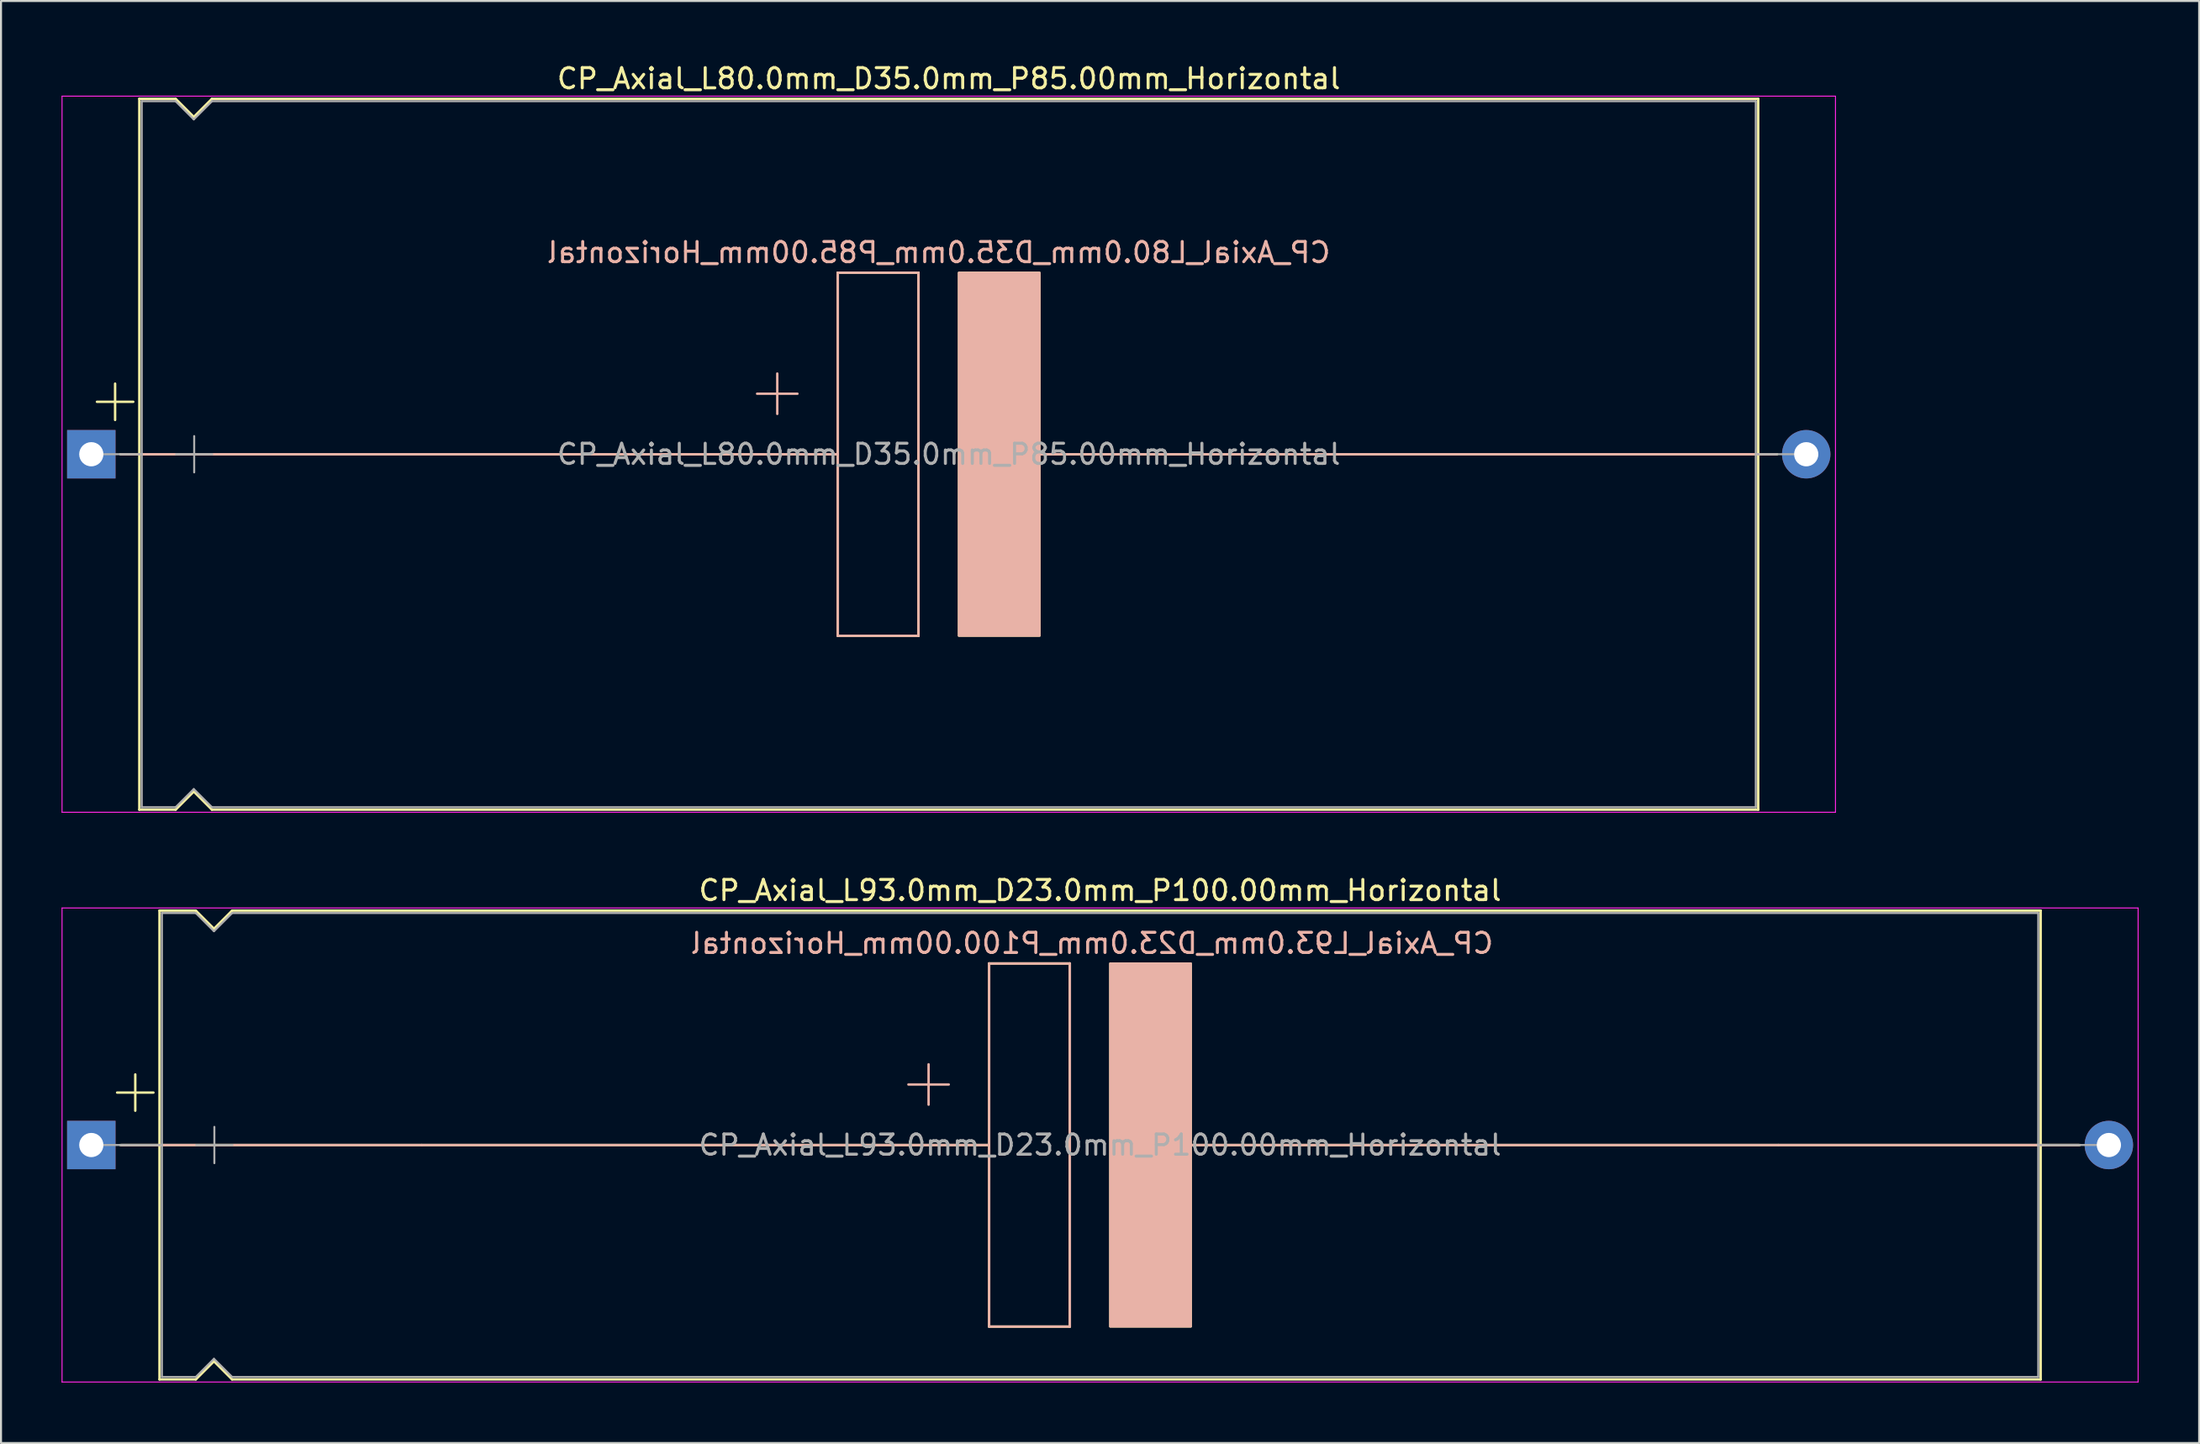
<source format=kicad_pcb>
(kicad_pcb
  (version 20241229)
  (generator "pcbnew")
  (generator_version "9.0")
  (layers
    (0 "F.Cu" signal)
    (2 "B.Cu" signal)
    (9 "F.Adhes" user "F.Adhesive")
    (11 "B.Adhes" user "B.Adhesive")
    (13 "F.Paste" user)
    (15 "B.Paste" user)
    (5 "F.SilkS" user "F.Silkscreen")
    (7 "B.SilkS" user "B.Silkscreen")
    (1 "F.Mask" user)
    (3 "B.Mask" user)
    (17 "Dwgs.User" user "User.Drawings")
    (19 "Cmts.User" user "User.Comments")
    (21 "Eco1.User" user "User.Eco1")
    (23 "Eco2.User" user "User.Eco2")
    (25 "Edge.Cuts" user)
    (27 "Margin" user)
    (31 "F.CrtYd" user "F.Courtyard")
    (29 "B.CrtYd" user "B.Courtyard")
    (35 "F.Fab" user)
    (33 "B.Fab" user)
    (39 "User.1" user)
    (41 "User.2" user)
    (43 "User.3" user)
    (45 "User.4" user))
  (footprint "CP_Axial_L80.0mm_D35.0mm_P85.00mm_Horizontal"
    (layer "F.Cu")
    (at 1.475 19.468)
    (property "Reference" "CP_Axial_L80.0mm_D35.0mm_P85.00mm_Horizontal" (at 42.5 -18.62 0) (layer "F.SilkS") (effects (font (size 1 1) (thickness 0.15))))
    (fp_line (start 0.28 -2.6) (end 2.08 -2.6) (stroke (width 0.12) (type solid)) (layer "F.SilkS"))
    (fp_line (start 1.18 -3.5) (end 1.18 -1.7) (stroke (width 0.12) (type solid)) (layer "F.SilkS"))
    (fp_line (start 1.44 0) (end 2.38 0) (stroke (width 0.12) (type solid)) (layer "F.SilkS"))
    (fp_line (start 2.38 -17.62) (end 2.38 17.62) (stroke (width 0.12) (type solid)) (layer "F.SilkS"))
    (fp_line (start 2.38 -17.62) (end 4.18 -17.62) (stroke (width 0.12) (type solid)) (layer "F.SilkS"))
    (fp_line (start 2.38 0) (end 37 0) (stroke (width 0.12) (type solid)) (layer "F.SilkS"))
    (fp_line (start 2.38 17.62) (end 4.18 17.62) (stroke (width 0.12) (type solid)) (layer "F.SilkS"))
    (fp_line (start 4.18 -17.62) (end 5.08 -16.72) (stroke (width 0.12) (type solid)) (layer "F.SilkS"))
    (fp_line (start 4.18 17.62) (end 5.08 16.72) (stroke (width 0.12) (type solid)) (layer "F.SilkS"))
    (fp_line (start 5.08 -16.72) (end 5.98 -17.62) (stroke (width 0.12) (type solid)) (layer "F.SilkS"))
    (fp_line (start 5.08 16.72) (end 5.98 17.62) (stroke (width 0.12) (type solid)) (layer "F.SilkS"))
    (fp_line (start 5.98 -17.62) (end 82.62 -17.62) (stroke (width 0.12) (type solid)) (layer "F.SilkS"))
    (fp_line (start 5.98 17.62) (end 82.62 17.62) (stroke (width 0.12) (type solid)) (layer "F.SilkS"))
    (fp_line (start 37 -9) (end 41 -9) (stroke (width 0.12) (type solid)) (layer "F.SilkS"))
    (fp_line (start 37 9) (end 37 -9) (stroke (width 0.12) (type solid)) (layer "F.SilkS"))
    (fp_line (start 41 -9) (end 41 9) (stroke (width 0.12) (type solid)) (layer "F.SilkS"))
    (fp_line (start 41 9) (end 37 9) (stroke (width 0.12) (type solid)) (layer "F.SilkS"))
    (fp_line (start 47 0) (end 82.62 0) (stroke (width 0.12) (type solid)) (layer "F.SilkS"))
    (fp_line (start 82.62 -17.62) (end 82.62 17.62) (stroke (width 0.12) (type solid)) (layer "F.SilkS"))
    (fp_line (start 83.56 0) (end 82.62 0) (stroke (width 0.12) (type solid)) (layer "F.SilkS"))
    (fp_poly (pts (xy 47 9) (xy 43 9) (xy 43 -9) (xy 47 -9)) (stroke (width 0.1) (type solid)) (fill yes) (layer "F.SilkS"))
    (fp_line (start 1.5 0) (end 8.88 0) (stroke (width 0.12) (type solid)) (layer "B.SilkS"))
    (fp_line (start 8.88 0) (end 37 0) (stroke (width 0.12) (type solid)) (layer "B.SilkS"))
    (fp_line (start 34 -2) (end 34 -4) (stroke (width 0.12) (type solid)) (layer "B.SilkS"))
    (fp_line (start 35 -3) (end 33 -3) (stroke (width 0.12) (type solid)) (layer "B.SilkS"))
    (fp_line (start 37 -9) (end 41 -9) (stroke (width 0.12) (type solid)) (layer "B.SilkS"))
    (fp_line (start 37 9) (end 37 -9) (stroke (width 0.12) (type solid)) (layer "B.SilkS"))
    (fp_line (start 41 -9) (end 41 9) (stroke (width 0.12) (type solid)) (layer "B.SilkS"))
    (fp_line (start 41 9) (end 37 9) (stroke (width 0.12) (type solid)) (layer "B.SilkS"))
    (fp_line (start 47 0) (end 76.12 0) (stroke (width 0.12) (type solid)) (layer "B.SilkS"))
    (fp_line (start 83.5 0) (end 76.12 0) (stroke (width 0.12) (type solid)) (layer "B.SilkS"))
    (fp_poly (pts (xy 47 9) (xy 43 9) (xy 43 -9) (xy 47 -9)) (stroke (width 0.1) (type solid)) (fill yes) (layer "B.SilkS"))
    (fp_line (start -1.45 -17.75) (end -1.45 17.75) (stroke (width 0.05) (type solid)) (layer "F.CrtYd"))
    (fp_line (start -1.45 17.75) (end 86.45 17.75) (stroke (width 0.05) (type solid)) (layer "F.CrtYd"))
    (fp_line (start 86.45 -17.75) (end -1.45 -17.75) (stroke (width 0.05) (type solid)) (layer "F.CrtYd"))
    (fp_line (start 86.45 17.75) (end 86.45 -17.75) (stroke (width 0.05) (type solid)) (layer "F.CrtYd"))
    (fp_line (start 0 0) (end 2.5 0) (stroke (width 0.1) (type solid)) (layer "F.Fab"))
    (fp_line (start 2.5 -17.5) (end 2.5 17.5) (stroke (width 0.1) (type solid)) (layer "F.Fab"))
    (fp_line (start 2.5 -17.5) (end 4.18 -17.5) (stroke (width 0.1) (type solid)) (layer "F.Fab"))
    (fp_line (start 2.5 17.5) (end 4.18 17.5) (stroke (width 0.1) (type solid)) (layer "F.Fab"))
    (fp_line (start 4.18 -17.5) (end 5.08 -16.6) (stroke (width 0.1) (type solid)) (layer "F.Fab"))
    (fp_line (start 4.18 17.5) (end 5.08 16.6) (stroke (width 0.1) (type solid)) (layer "F.Fab"))
    (fp_line (start 4.2 0) (end 6 0) (stroke (width 0.1) (type solid)) (layer "F.Fab"))
    (fp_line (start 5.08 -16.6) (end 5.98 -17.5) (stroke (width 0.1) (type solid)) (layer "F.Fab"))
    (fp_line (start 5.08 16.6) (end 5.98 17.5) (stroke (width 0.1) (type solid)) (layer "F.Fab"))
    (fp_line (start 5.1 -0.9) (end 5.1 0.9) (stroke (width 0.1) (type solid)) (layer "F.Fab"))
    (fp_line (start 5.98 -17.5) (end 82.5 -17.5) (stroke (width 0.1) (type solid)) (layer "F.Fab"))
    (fp_line (start 5.98 17.5) (end 82.5 17.5) (stroke (width 0.1) (type solid)) (layer "F.Fab"))
    (fp_line (start 82.5 -17.5) (end 82.5 17.5) (stroke (width 0.1) (type solid)) (layer "F.Fab"))
    (fp_line (start 85 0) (end 82.5 0) (stroke (width 0.1) (type solid)) (layer "F.Fab"))
    (fp_text user "${REFERENCE}" (at 42 -10 0) (layer "B.SilkS") (effects (font (size 1 1) (thickness 0.15)) (justify mirror)))
    (fp_text user "${REFERENCE}" (at 42.5 0 0) (layer "F.Fab") (effects (font (size 1 1) (thickness 0.15))))
    (pad "1" thru_hole rect (at 0 0) (size 2.4 2.4) (drill 1.2) (layers "*.Cu" "*.Mask"))
    (pad "2" thru_hole oval (at 85 0) (size 2.4 2.4) (drill 1.2) (layers "*.Cu" "*.Mask")))
  (footprint "CP_Axial_L93.0mm_D23.0mm_P100.00mm_Horizontal"
    (layer "F.Cu")
    (at 1.475 53.712)
    (property "Reference" "CP_Axial_L93.0mm_D23.0mm_P100.00mm_Horizontal" (at 50 -12.62 0) (layer "F.SilkS") (effects (font (size 1 1) (thickness 0.15))))
    (fp_line (start 1.28 -2.6) (end 3.08 -2.6) (stroke (width 0.12) (type solid)) (layer "F.SilkS"))
    (fp_line (start 1.44 0) (end 3.38 0) (stroke (width 0.12) (type solid)) (layer "F.SilkS"))
    (fp_line (start 2.18 -3.5) (end 2.18 -1.7) (stroke (width 0.12) (type solid)) (layer "F.SilkS"))
    (fp_line (start 3.38 -11.62) (end 3.38 11.62) (stroke (width 0.12) (type solid)) (layer "F.SilkS"))
    (fp_line (start 3.38 -11.62) (end 5.18 -11.62) (stroke (width 0.12) (type solid)) (layer "F.SilkS"))
    (fp_line (start 3.38 0) (end 44.5 0) (stroke (width 0.12) (type solid)) (layer "F.SilkS"))
    (fp_line (start 3.38 11.62) (end 5.18 11.62) (stroke (width 0.12) (type solid)) (layer "F.SilkS"))
    (fp_line (start 5.18 -11.62) (end 6.08 -10.72) (stroke (width 0.12) (type solid)) (layer "F.SilkS"))
    (fp_line (start 5.18 11.62) (end 6.08 10.72) (stroke (width 0.12) (type solid)) (layer "F.SilkS"))
    (fp_line (start 6.08 -10.72) (end 6.98 -11.62) (stroke (width 0.12) (type solid)) (layer "F.SilkS"))
    (fp_line (start 6.08 10.72) (end 6.98 11.62) (stroke (width 0.12) (type solid)) (layer "F.SilkS"))
    (fp_line (start 6.98 -11.62) (end 96.62 -11.62) (stroke (width 0.12) (type solid)) (layer "F.SilkS"))
    (fp_line (start 6.98 11.62) (end 96.62 11.62) (stroke (width 0.12) (type solid)) (layer "F.SilkS"))
    (fp_line (start 44.5 -9) (end 48.5 -9) (stroke (width 0.12) (type solid)) (layer "F.SilkS"))
    (fp_line (start 44.5 9) (end 44.5 -9) (stroke (width 0.12) (type solid)) (layer "F.SilkS"))
    (fp_line (start 48.5 -9) (end 48.5 9) (stroke (width 0.12) (type solid)) (layer "F.SilkS"))
    (fp_line (start 48.5 9) (end 44.5 9) (stroke (width 0.12) (type solid)) (layer "F.SilkS"))
    (fp_line (start 54.5 0) (end 96.62 0) (stroke (width 0.12) (type solid)) (layer "F.SilkS"))
    (fp_line (start 96.62 -11.62) (end 96.62 11.62) (stroke (width 0.12) (type solid)) (layer "F.SilkS"))
    (fp_line (start 98.56 0) (end 96.62 0) (stroke (width 0.12) (type solid)) (layer "F.SilkS"))
    (fp_poly (pts (xy 54.5 9) (xy 50.5 9) (xy 50.5 -9) (xy 54.5 -9)) (stroke (width 0.1) (type solid)) (fill yes) (layer "F.SilkS"))
    (fp_line (start 1.5 0) (end 16.38 0) (stroke (width 0.12) (type solid)) (layer "B.SilkS"))
    (fp_line (start 16.38 0) (end 44.5 0) (stroke (width 0.12) (type solid)) (layer "B.SilkS"))
    (fp_line (start 41.5 -2) (end 41.5 -4) (stroke (width 0.12) (type solid)) (layer "B.SilkS"))
    (fp_line (start 42.5 -3) (end 40.5 -3) (stroke (width 0.12) (type solid)) (layer "B.SilkS"))
    (fp_line (start 44.5 -9) (end 48.5 -9) (stroke (width 0.12) (type solid)) (layer "B.SilkS"))
    (fp_line (start 44.5 9) (end 44.5 -9) (stroke (width 0.12) (type solid)) (layer "B.SilkS"))
    (fp_line (start 48.5 -9) (end 48.5 9) (stroke (width 0.12) (type solid)) (layer "B.SilkS"))
    (fp_line (start 48.5 9) (end 44.5 9) (stroke (width 0.12) (type solid)) (layer "B.SilkS"))
    (fp_line (start 54.5 0) (end 83.62 0) (stroke (width 0.12) (type solid)) (layer "B.SilkS"))
    (fp_line (start 98.5 0) (end 83.62 0) (stroke (width 0.12) (type solid)) (layer "B.SilkS"))
    (fp_poly (pts (xy 54.5 9) (xy 50.5 9) (xy 50.5 -9) (xy 54.5 -9)) (stroke (width 0.1) (type solid)) (fill yes) (layer "B.SilkS"))
    (fp_line (start -1.45 -11.75) (end -1.45 11.75) (stroke (width 0.05) (type solid)) (layer "F.CrtYd"))
    (fp_line (start -1.45 11.75) (end 101.45 11.75) (stroke (width 0.05) (type solid)) (layer "F.CrtYd"))
    (fp_line (start 101.45 -11.75) (end -1.45 -11.75) (stroke (width 0.05) (type solid)) (layer "F.CrtYd"))
    (fp_line (start 101.45 11.75) (end 101.45 -11.75) (stroke (width 0.05) (type solid)) (layer "F.CrtYd"))
    (fp_line (start 0 0) (end 3.5 0) (stroke (width 0.1) (type solid)) (layer "F.Fab"))
    (fp_line (start 3.5 -11.5) (end 3.5 11.5) (stroke (width 0.1) (type solid)) (layer "F.Fab"))
    (fp_line (start 3.5 -11.5) (end 5.18 -11.5) (stroke (width 0.1) (type solid)) (layer "F.Fab"))
    (fp_line (start 3.5 11.5) (end 5.18 11.5) (stroke (width 0.1) (type solid)) (layer "F.Fab"))
    (fp_line (start 5.18 -11.5) (end 6.08 -10.6) (stroke (width 0.1) (type solid)) (layer "F.Fab"))
    (fp_line (start 5.18 11.5) (end 6.08 10.6) (stroke (width 0.1) (type solid)) (layer "F.Fab"))
    (fp_line (start 5.2 0) (end 7 0) (stroke (width 0.1) (type solid)) (layer "F.Fab"))
    (fp_line (start 6.08 -10.6) (end 6.98 -11.5) (stroke (width 0.1) (type solid)) (layer "F.Fab"))
    (fp_line (start 6.08 10.6) (end 6.98 11.5) (stroke (width 0.1) (type solid)) (layer "F.Fab"))
    (fp_line (start 6.1 -0.9) (end 6.1 0.9) (stroke (width 0.1) (type solid)) (layer "F.Fab"))
    (fp_line (start 6.98 -11.5) (end 96.5 -11.5) (stroke (width 0.1) (type solid)) (layer "F.Fab"))
    (fp_line (start 6.98 11.5) (end 96.5 11.5) (stroke (width 0.1) (type solid)) (layer "F.Fab"))
    (fp_line (start 96.5 -11.5) (end 96.5 11.5) (stroke (width 0.1) (type solid)) (layer "F.Fab"))
    (fp_line (start 100 0) (end 96.5 0) (stroke (width 0.1) (type solid)) (layer "F.Fab"))
    (fp_text user "${REFERENCE}" (at 49.6 -10 0) (layer "B.SilkS") (effects (font (size 1 1) (thickness 0.15)) (justify mirror)))
    (fp_text user "${REFERENCE}" (at 50 0 0) (layer "F.Fab") (effects (font (size 1 1) (thickness 0.15))))
    (pad "1" thru_hole rect (at 0 0) (size 2.4 2.4) (drill 1.2) (layers "*.Cu" "*.Mask"))
    (pad "2" thru_hole oval (at 100 0) (size 2.4 2.4) (drill 1.2) (layers "*.Cu" "*.Mask")))
  (gr_rect
    (start -3 -3)
    (end 105.95 68.487)
    (stroke (width 0.1) (type default))
    (fill no)
    (layer "Edge.Cuts")))
</source>
